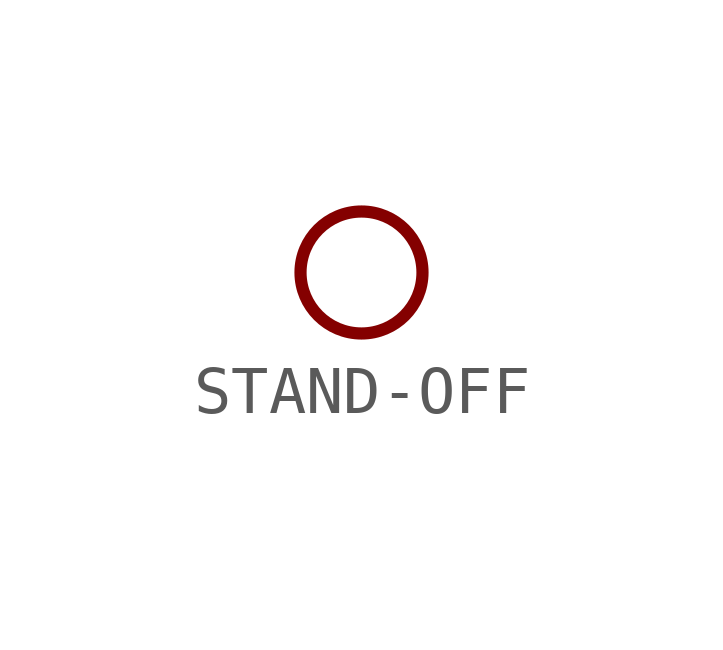
<source format=kicad_sym>
(kicad_symbol_lib
  (version 20211014)
  (generator kicad_symbol_editor)
  (symbol "STAND-OFF"
    (property "Reference" "JP"
      (at 0 0 0)
      (effects (font (size 1.27 1.27)) hide))
    (property "ki_locked" ""
      (at 0 0 0)
      (effects (font (size 1.27 1.27))))
    (symbol "STAND-OFF_1_0"
      (circle (center 0 0) (radius 1.27) (stroke (width 0.254) (type default) (color 0 0 0 0)) (fill (type none))))))
</source>
